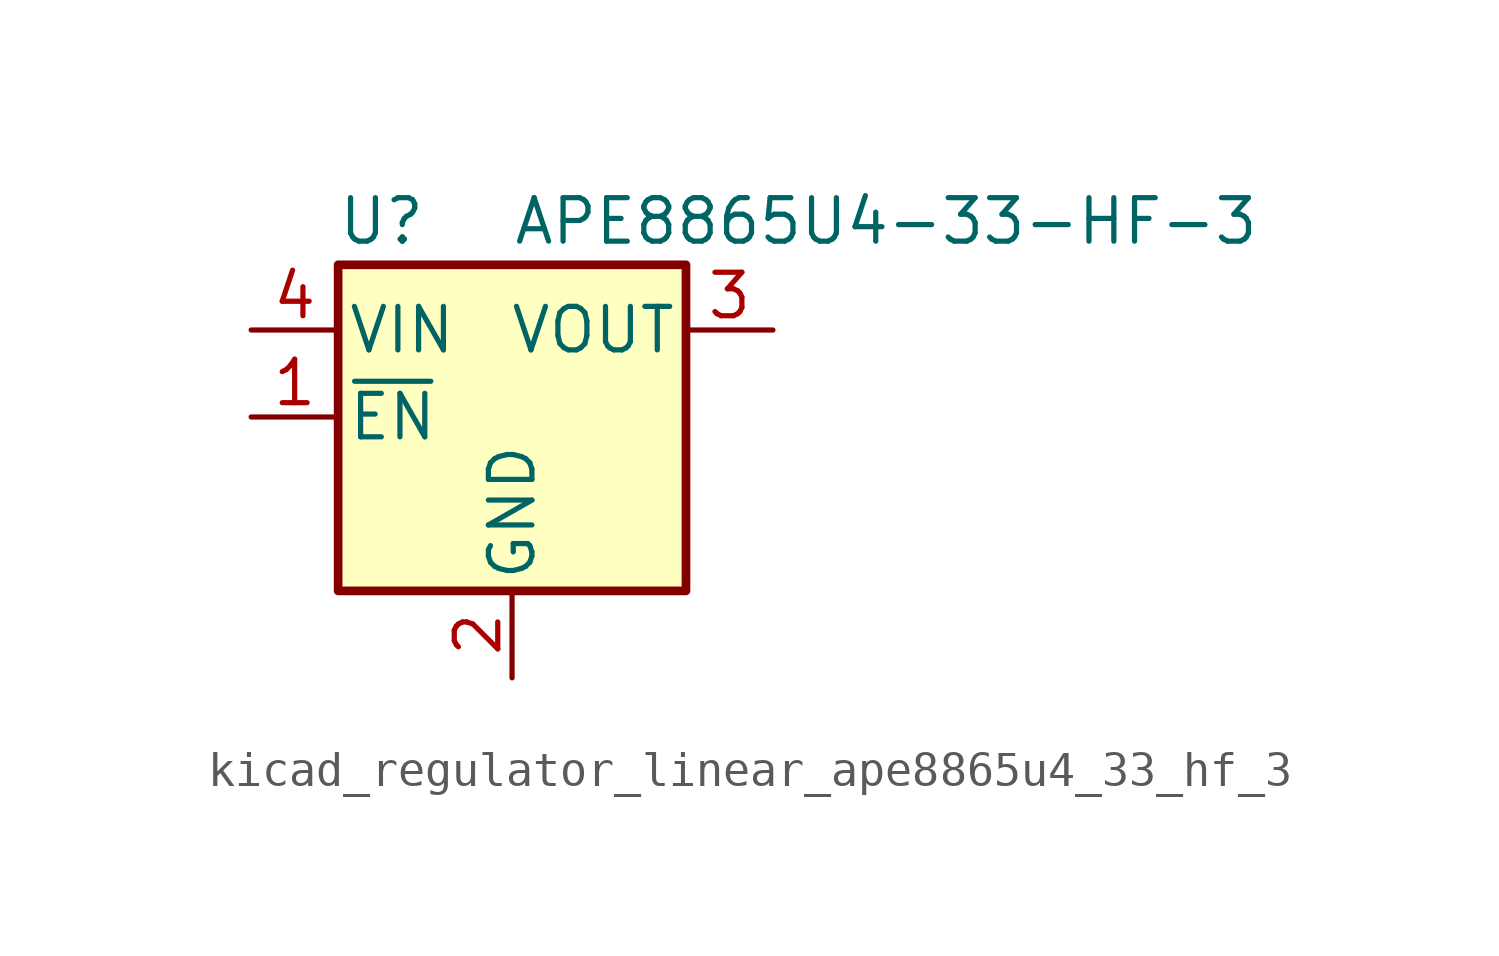
<source format=kicad_sym>
(kicad_symbol_lib
  (version 20220914)
  (generator kicad_symbol_editor)
  (symbol "kicad_regulator_linear_ape8865u4_33_hf_3"
    (pin_names
      (offset 0.254))
    (property "Reference" "U"
      (at -3.81 5.715 0)
      (effects (font (size 1.27 1.27))))
    (property "Value" "APE8865U4-33-HF-3"
      (at 0 5.715 0)
      (effects (font (size 1.27 1.27)) (justify left)))
    (symbol "kicad_regulator_linear_ape8865u4_33_hf_3_0_1"
      (rectangle (start -5.08 4.445) (end 5.08 -5.08) (stroke (width 0.254) (type default)) (fill (type background))))
    (symbol "kicad_regulator_linear_ape8865u4_33_hf_3_1_1"
      (pin input line (at -7.62 0 0) (length 2.54) (name "~{EN}" (effects (font (size 1.27 1.27)))) (number "1" (effects (font (size 1.27 1.27)))))
      (pin power_in line (at 0 -7.62 90) (length 2.54) (name "GND" (effects (font (size 1.27 1.27)))) (number "2" (effects (font (size 1.27 1.27)))))
      (pin power_out line (at 7.62 2.54 180) (length 2.54) (name "VOUT" (effects (font (size 1.27 1.27)))) (number "3" (effects (font (size 1.27 1.27)))))
      (pin power_in line (at -7.62 2.54 0) (length 2.54) (name "VIN" (effects (font (size 1.27 1.27)))) (number "4" (effects (font (size 1.27 1.27))))))))
</source>
